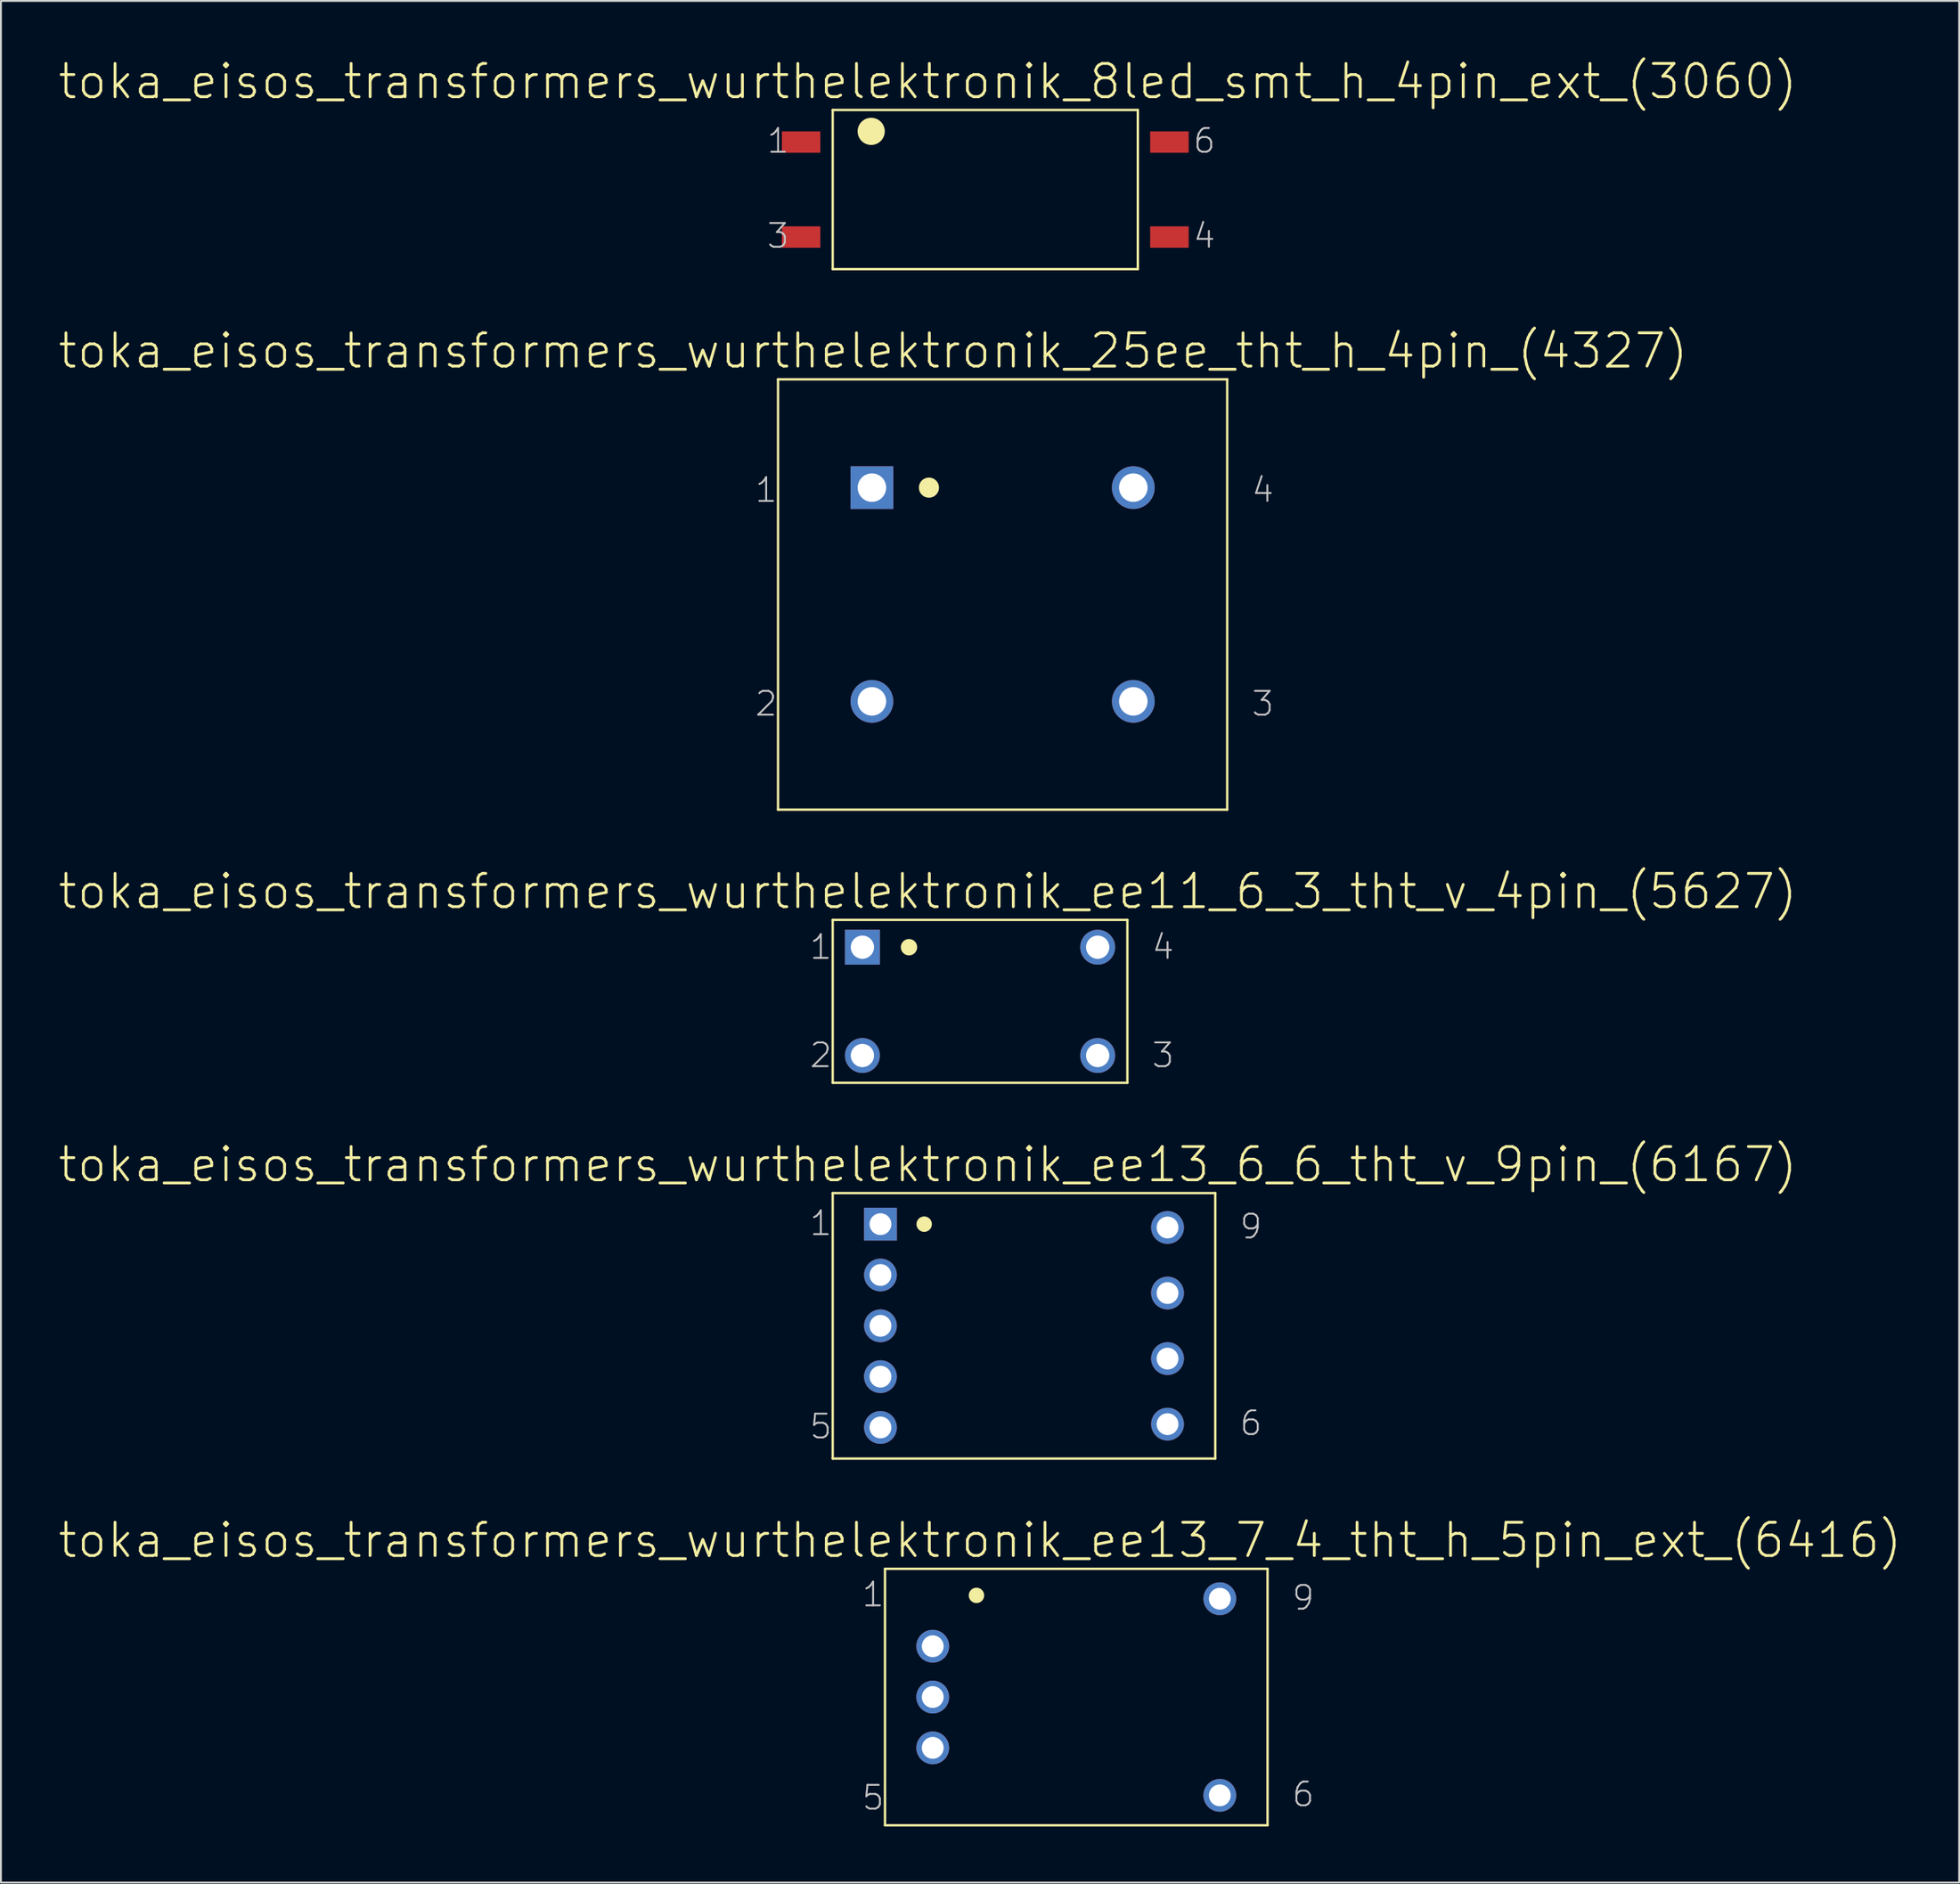
<source format=kicad_pcb>
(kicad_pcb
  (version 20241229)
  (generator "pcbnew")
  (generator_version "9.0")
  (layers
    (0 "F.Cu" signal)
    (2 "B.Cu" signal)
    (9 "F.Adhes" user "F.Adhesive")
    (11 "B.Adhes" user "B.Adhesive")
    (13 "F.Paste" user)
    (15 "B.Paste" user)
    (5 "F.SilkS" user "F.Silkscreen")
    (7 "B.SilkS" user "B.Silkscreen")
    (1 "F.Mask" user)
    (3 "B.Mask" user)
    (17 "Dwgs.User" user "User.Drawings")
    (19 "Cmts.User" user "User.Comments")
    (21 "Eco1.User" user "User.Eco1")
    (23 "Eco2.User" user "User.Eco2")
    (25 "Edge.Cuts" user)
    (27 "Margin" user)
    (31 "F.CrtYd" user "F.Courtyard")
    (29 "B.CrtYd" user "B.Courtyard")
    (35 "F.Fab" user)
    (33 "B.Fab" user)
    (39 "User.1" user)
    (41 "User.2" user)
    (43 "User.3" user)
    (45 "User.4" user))
  (footprint "toka_eisos_transformers_wurthelektronik_ee11_6_3_tht_v_4pin_(5627)"
    (layer "F.Cu")
    (at 49.327 50.499)
    (property "Reference" "toka_eisos_transformers_wurthelektronik_ee11_6_3_tht_v_4pin_(5627)" (at -2.794 -5.88 0) (layer "F.SilkS") (effects (font (size 1.778 1.778) (thickness 0.152))))
    (attr exclude_from_pos_files exclude_from_bom)
    (fp_line (start -7.874 -4.356) (end -7.874 4.356) (stroke (width 0.127) (type solid)) (layer "F.SilkS"))
    (fp_line (start -7.874 -4.356) (end 7.874 -4.356) (stroke (width 0.127) (type solid)) (layer "F.SilkS"))
    (fp_line (start -7.874 4.356) (end 7.874 4.356) (stroke (width 0.127) (type solid)) (layer "F.SilkS"))
    (fp_line (start 7.874 -4.356) (end 7.874 4.356) (stroke (width 0.127) (type solid)) (layer "F.SilkS"))
    (fp_circle (center -3.797 -2.896) (end -4.107 -3.205) (stroke (width 0) (type solid)) (fill yes) (layer "F.SilkS"))
    (fp_text user "4" (at 9.779 -2.908 0) (layer "Dwgs.User") (effects (font (size 1.27 1.27) (thickness 0.102))))
    (fp_text user "2" (at -8.509 2.883 0) (layer "Dwgs.User") (effects (font (size 1.27 1.27) (thickness 0.102))))
    (fp_text user "3" (at 9.779 2.883 0) (layer "Dwgs.User") (effects (font (size 1.27 1.27) (thickness 0.102))))
    (fp_text user "1" (at -8.509 -2.908 0) (layer "Dwgs.User") (effects (font (size 1.27 1.27) (thickness 0.102))))
    (pad "1" thru_hole rect (at -6.287 -2.896) (size 1.867 1.867) (drill 1.245) (layers "*.Cu" "*.Paste" "*.Mask"))
    (pad "2" thru_hole circle (at -6.287 2.896) (size 1.867 1.867) (drill 1.245) (layers "*.Cu" "*.Paste" "*.Mask"))
    (pad "3" thru_hole circle (at 6.287 2.896) (size 1.867 1.867) (drill 1.245) (layers "*.Cu" "*.Paste" "*.Mask"))
    (pad "4" thru_hole circle (at 6.287 -2.896) (size 1.867 1.867) (drill 1.245) (layers "*.Cu" "*.Paste" "*.Mask")))
  (footprint "toka_eisos_transformers_wurthelektronik_25ee_tht_h_4pin_(4327)"
    (layer "F.Cu")
    (at 50.533 28.742)
    (property "Reference" "toka_eisos_transformers_wurthelektronik_25ee_tht_h_4pin_(4327)" (at -6.921 -13.03 0) (layer "F.SilkS") (effects (font (size 1.778 1.778) (thickness 0.152))))
    (attr exclude_from_pos_files exclude_from_bom)
    (fp_line (start -12.002 -11.506) (end -12.002 11.506) (stroke (width 0.127) (type solid)) (layer "F.SilkS"))
    (fp_line (start -12.002 -11.506) (end 12.002 -11.506) (stroke (width 0.127) (type solid)) (layer "F.SilkS"))
    (fp_line (start -12.002 11.506) (end 12.002 11.506) (stroke (width 0.127) (type solid)) (layer "F.SilkS"))
    (fp_line (start 12.002 -11.506) (end 12.002 11.506) (stroke (width 0.127) (type solid)) (layer "F.SilkS"))
    (fp_circle (center -3.937 -5.715) (end -4.318 -6.096) (stroke (width 0) (type solid)) (fill yes) (layer "F.SilkS"))
    (fp_text user "3" (at 13.906 5.842 0) (layer "Dwgs.User") (effects (font (size 1.27 1.27) (thickness 0.102))))
    (fp_text user "4" (at 13.906 -5.588 0) (layer "Dwgs.User") (effects (font (size 1.27 1.27) (thickness 0.102))))
    (fp_text user "2" (at -12.636 5.842 0) (layer "Dwgs.User") (effects (font (size 1.27 1.27) (thickness 0.102))))
    (fp_text user "1" (at -12.636 -5.588 0) (layer "Dwgs.User") (effects (font (size 1.27 1.27) (thickness 0.102))))
    (pad "1" thru_hole rect (at -6.985 -5.715) (size 2.286 2.286) (drill 1.524) (layers "*.Cu" "*.Paste" "*.Mask"))
    (pad "2" thru_hole circle (at -6.985 5.715) (size 2.286 2.286) (drill 1.524) (layers "*.Cu" "*.Paste" "*.Mask"))
    (pad "3" thru_hole circle (at 6.985 5.715) (size 2.286 2.286) (drill 1.524) (layers "*.Cu" "*.Paste" "*.Mask"))
    (pad "4" thru_hole circle (at 6.985 -5.715) (size 2.286 2.286) (drill 1.524) (layers "*.Cu" "*.Paste" "*.Mask")))
  (footprint "toka_eisos_transformers_wurthelektronik_ee13_6_6_tht_v_9pin_(6167)"
    (layer "F.Cu")
    (at 51.676 67.85)
    (property "Reference" "toka_eisos_transformers_wurthelektronik_ee13_6_6_tht_v_9pin_(6167)" (at -5.144 -8.623 0) (layer "F.SilkS") (effects (font (size 1.778 1.778) (thickness 0.152))))
    (attr exclude_from_pos_files exclude_from_bom)
    (fp_line (start -10.223 -7.099) (end -10.223 7.099) (stroke (width 0.127) (type solid)) (layer "F.SilkS"))
    (fp_line (start -10.223 -7.099) (end 10.223 -7.099) (stroke (width 0.127) (type solid)) (layer "F.SilkS"))
    (fp_line (start -10.223 7.099) (end 10.223 7.099) (stroke (width 0.127) (type solid)) (layer "F.SilkS"))
    (fp_line (start 10.223 -7.099) (end 10.223 7.099) (stroke (width 0.127) (type solid)) (layer "F.SilkS"))
    (fp_circle (center -5.334 -5.436) (end -5.626 -5.728) (stroke (width 0) (type solid)) (fill yes) (layer "F.SilkS"))
    (fp_text user "9" (at 12.129 -5.309 0) (layer "Dwgs.User") (effects (font (size 1.27 1.27) (thickness 0.102))))
    (fp_text user "5" (at -10.858 5.385 0) (layer "Dwgs.User") (effects (font (size 1.27 1.27) (thickness 0.102))))
    (fp_text user "6" (at 12.129 5.207 0) (layer "Dwgs.User") (effects (font (size 1.27 1.27) (thickness 0.102))))
    (fp_text user "1" (at -10.858 -5.486 0) (layer "Dwgs.User") (effects (font (size 1.27 1.27) (thickness 0.102))))
    (pad "1" thru_hole rect (at -7.671 -5.436) (size 1.753 1.753) (drill 1.168) (layers "*.Cu" "*.Paste" "*.Mask"))
    (pad "2" thru_hole circle (at -7.671 -2.718) (size 1.753 1.753) (drill 1.168) (layers "*.Cu" "*.Paste" "*.Mask"))
    (pad "3" thru_hole circle (at -7.671 0) (size 1.753 1.753) (drill 1.168) (layers "*.Cu" "*.Paste" "*.Mask"))
    (pad "4" thru_hole circle (at -7.671 2.718) (size 1.753 1.753) (drill 1.168) (layers "*.Cu" "*.Paste" "*.Mask"))
    (pad "5" thru_hole circle (at -7.671 5.436) (size 1.753 1.753) (drill 1.168) (layers "*.Cu" "*.Paste" "*.Mask"))
    (pad "6" thru_hole circle (at 7.671 5.258) (size 1.753 1.753) (drill 1.168) (layers "*.Cu" "*.Paste" "*.Mask"))
    (pad "7" thru_hole circle (at 7.671 1.753) (size 1.753 1.753) (drill 1.168) (layers "*.Cu" "*.Paste" "*.Mask"))
    (pad "8" thru_hole circle (at 7.671 -1.753) (size 1.753 1.753) (drill 1.168) (layers "*.Cu" "*.Paste" "*.Mask"))
    (pad "9" thru_hole circle (at 7.671 -5.258) (size 1.753 1.753) (drill 1.168) (layers "*.Cu" "*.Paste" "*.Mask")))
  (footprint "toka_eisos_transformers_wurthelektronik_8led_smt_h_4pin_ext_(3060)"
    (layer "F.Cu")
    (at 49.606 7.086)
    (property "Reference" "toka_eisos_transformers_wurthelektronik_8led_smt_h_4pin_ext_(3060)" (at -3.073 -5.779 0) (layer "F.SilkS") (effects (font (size 1.778 1.778) (thickness 0.152))))
    (attr smd)
    (fp_line (start -8.153 -4.255) (end -8.153 4.255) (stroke (width 0.127) (type solid)) (layer "F.SilkS"))
    (fp_line (start -8.153 -4.255) (end 8.153 -4.255) (stroke (width 0.127) (type solid)) (layer "F.SilkS"))
    (fp_line (start -8.153 4.255) (end 8.153 4.255) (stroke (width 0.127) (type solid)) (layer "F.SilkS"))
    (fp_line (start 8.153 -4.255) (end 8.153 4.255) (stroke (width 0.127) (type solid)) (layer "F.SilkS"))
    (fp_circle (center -6.096 -3.111) (end -6.609 -3.625) (stroke (width 0) (type solid)) (fill yes) (layer "F.SilkS"))
    (fp_text user "4" (at 11.709 2.477 0) (layer "Dwgs.User") (effects (font (size 1.27 1.27) (thickness 0.102))))
    (fp_text user "6" (at 11.709 -2.603 0) (layer "Dwgs.User") (effects (font (size 1.27 1.27) (thickness 0.102))))
    (fp_text user "3" (at -11.074 2.477 0) (layer "Dwgs.User") (effects (font (size 1.27 1.27) (thickness 0.102))))
    (fp_text user "1" (at -11.074 -2.603 0) (layer "Dwgs.User") (effects (font (size 1.27 1.27) (thickness 0.102))))
    (pad "1" smd rect (at -9.842 -2.54) (size 2.057 1.143) (layers "F.Cu" "F.Mask" "F.Paste"))
    (pad "3" smd rect (at -9.842 2.54) (size 2.057 1.143) (layers "F.Cu" "F.Mask" "F.Paste"))
    (pad "4" smd rect (at 9.842 2.54) (size 2.057 1.143) (layers "F.Cu" "F.Mask" "F.Paste"))
    (pad "6" smd rect (at 9.842 -2.54) (size 2.057 1.143) (layers "F.Cu" "F.Mask" "F.Paste")))
  (footprint "toka_eisos_transformers_wurthelektronik_ee13_7_4_tht_h_5pin_ext_(6416)"
    (layer "F.Cu")
    (at 54.47 87.702)
    (property "Reference" "toka_eisos_transformers_wurthelektronik_ee13_7_4_tht_h_5pin_ext_(6416)" (at -5.144 -8.382 0) (layer "F.SilkS") (effects (font (size 1.778 1.778) (thickness 0.152))))
    (attr exclude_from_pos_files exclude_from_bom)
    (fp_line (start -10.223 -6.858) (end -10.223 6.858) (stroke (width 0.127) (type solid)) (layer "F.SilkS"))
    (fp_line (start -10.223 -6.858) (end 10.223 -6.858) (stroke (width 0.127) (type solid)) (layer "F.SilkS"))
    (fp_line (start -10.223 6.858) (end 10.223 6.858) (stroke (width 0.127) (type solid)) (layer "F.SilkS"))
    (fp_line (start 10.223 -6.858) (end 10.223 6.858) (stroke (width 0.127) (type solid)) (layer "F.SilkS"))
    (fp_circle (center -5.334 -5.436) (end -5.626 -5.728) (stroke (width 0) (type solid)) (fill yes) (layer "F.SilkS"))
    (fp_text user "1" (at -10.858 -5.486 0) (layer "Dwgs.User") (effects (font (size 1.27 1.27) (thickness 0.102))))
    (fp_text user "5" (at -10.858 5.385 0) (layer "Dwgs.User") (effects (font (size 1.27 1.27) (thickness 0.102))))
    (fp_text user "6" (at 12.129 5.207 0) (layer "Dwgs.User") (effects (font (size 1.27 1.27) (thickness 0.102))))
    (fp_text user "9" (at 12.129 -5.309 0) (layer "Dwgs.User") (effects (font (size 1.27 1.27) (thickness 0.102))))
    (pad "2" thru_hole circle (at -7.671 -2.718) (size 1.753 1.753) (drill 1.168) (layers "*.Cu" "*.Paste" "*.Mask"))
    (pad "3" thru_hole circle (at -7.671 0) (size 1.753 1.753) (drill 1.168) (layers "*.Cu" "*.Paste" "*.Mask"))
    (pad "4" thru_hole circle (at -7.671 2.718) (size 1.753 1.753) (drill 1.168) (layers "*.Cu" "*.Paste" "*.Mask"))
    (pad "6" thru_hole circle (at 7.671 5.258) (size 1.753 1.753) (drill 1.168) (layers "*.Cu" "*.Paste" "*.Mask"))
    (pad "9" thru_hole circle (at 7.671 -5.258) (size 1.753 1.753) (drill 1.168) (layers "*.Cu" "*.Paste" "*.Mask")))
  (gr_rect
    (start -3 -3)
    (end 101.654 97.624)
    (stroke (width 0.1) (type default))
    (fill no)
    (layer "Edge.Cuts")))
</source>
